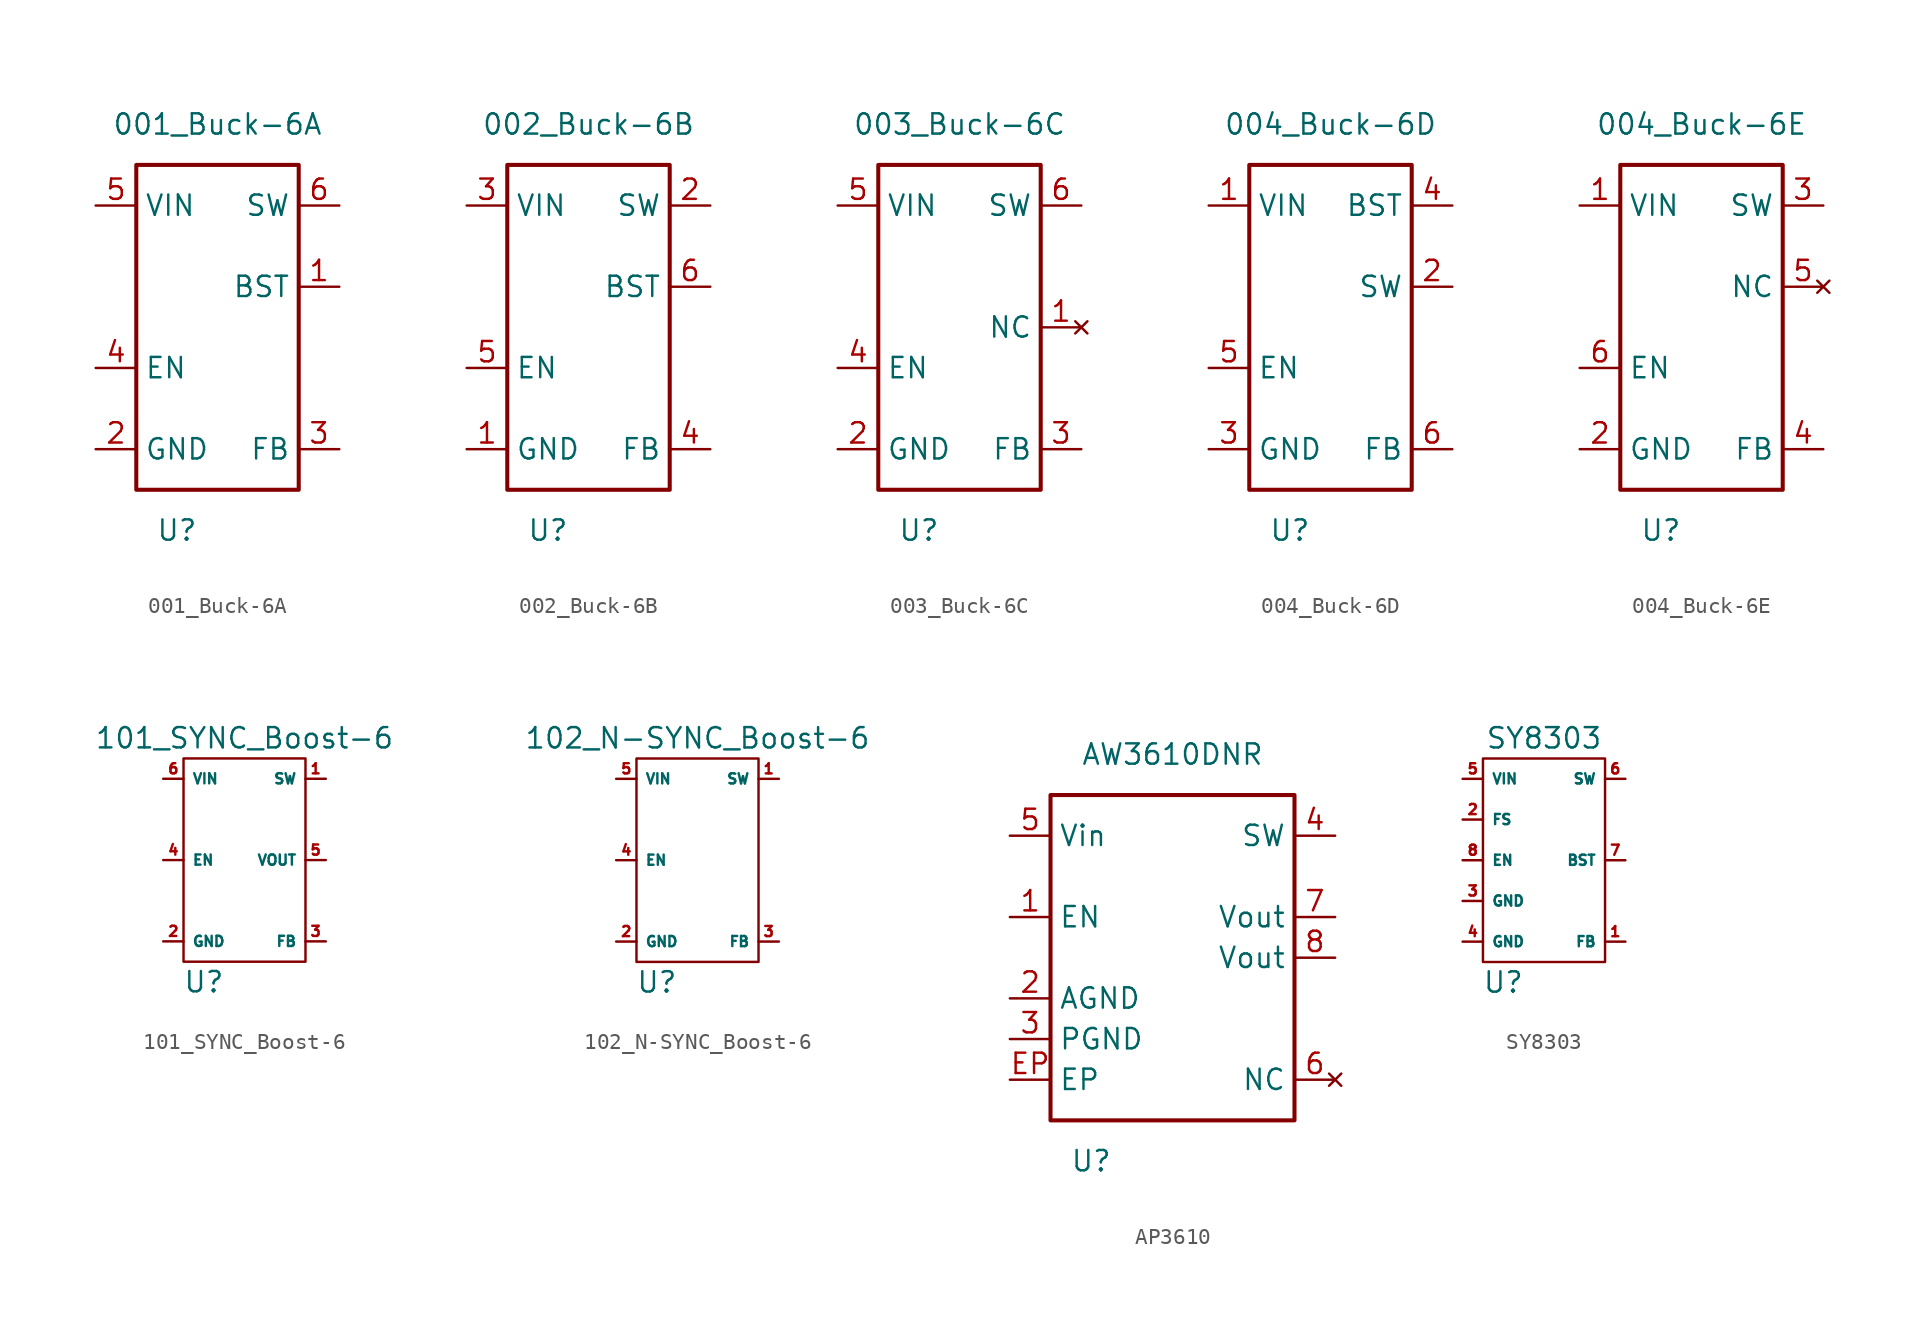
<source format=kicad_sym>
(kicad_symbol_lib
  (version 20220914)
  (generator kicad_symbol_editor)
  (symbol "001_Buck-6A"
    (property "Reference" "U"
      (at -2.54 -12.7 0)
      (effects (font (size 1.27 1.27))))
    (property "Value" "001_Buck-6A"
      (at 0 12.7 0)
      (effects (font (size 1.27 1.27))))
    (symbol "001_Buck-6A_0_1"
      (rectangle (start -5.08 10.16) (end 5.08 -10.16) (stroke (width 0.254) (type default)) (fill (type none))))
    (symbol "001_Buck-6A_1_1"
      (pin passive line (at 7.62 2.54 180) (length 2.54) (name "BST" (effects (font (size 1.27 1.27)))) (number "1" (effects (font (size 1.27 1.27)))))
      (pin power_in line (at -7.62 -7.62 0) (length 2.54) (name "GND" (effects (font (size 1.27 1.27)))) (number "2" (effects (font (size 1.27 1.27)))))
      (pin input line (at 7.62 -7.62 180) (length 2.54) (name "FB" (effects (font (size 1.27 1.27)))) (number "3" (effects (font (size 1.27 1.27)))))
      (pin input line (at -7.62 -2.54 0) (length 2.54) (name "EN" (effects (font (size 1.27 1.27)))) (number "4" (effects (font (size 1.27 1.27)))))
      (pin power_in line (at -7.62 7.62 0) (length 2.54) (name "VIN" (effects (font (size 1.27 1.27)))) (number "5" (effects (font (size 1.27 1.27)))))
      (pin power_out line (at 7.62 7.62 180) (length 2.54) (name "SW" (effects (font (size 1.27 1.27)))) (number "6" (effects (font (size 1.27 1.27)))))))
  (symbol "002_Buck-6B"
    (property "Reference" "U"
      (at -2.54 -12.7 0)
      (effects (font (size 1.27 1.27))))
    (property "Value" "002_Buck-6B"
      (at 0 12.7 0)
      (effects (font (size 1.27 1.27))))
    (symbol "002_Buck-6B_0_1"
      (rectangle (start -5.08 10.16) (end 5.08 -10.16) (stroke (width 0.254) (type default)) (fill (type none))))
    (symbol "002_Buck-6B_1_1"
      (pin power_in line (at -7.62 -7.62 0) (length 2.54) (name "GND" (effects (font (size 1.27 1.27)))) (number "1" (effects (font (size 1.27 1.27)))))
      (pin power_out line (at 7.62 7.62 180) (length 2.54) (name "SW" (effects (font (size 1.27 1.27)))) (number "2" (effects (font (size 1.27 1.27)))))
      (pin power_in line (at -7.62 7.62 0) (length 2.54) (name "VIN" (effects (font (size 1.27 1.27)))) (number "3" (effects (font (size 1.27 1.27)))))
      (pin input line (at 7.62 -7.62 180) (length 2.54) (name "FB" (effects (font (size 1.27 1.27)))) (number "4" (effects (font (size 1.27 1.27)))))
      (pin input line (at -7.62 -2.54 0) (length 2.54) (name "EN" (effects (font (size 1.27 1.27)))) (number "5" (effects (font (size 1.27 1.27)))))
      (pin power_in line (at 7.62 2.54 180) (length 2.54) (name "BST" (effects (font (size 1.27 1.27)))) (number "6" (effects (font (size 1.27 1.27)))))))
  (symbol "003_Buck-6C"
    (property "Reference" "U"
      (at -2.54 -12.7 0)
      (effects (font (size 1.27 1.27))))
    (property "Value" "003_Buck-6C"
      (at 0 12.7 0)
      (effects (font (size 1.27 1.27))))
    (symbol "003_Buck-6C_0_1"
      (rectangle (start -5.08 10.16) (end 5.08 -10.16) (stroke (width 0.254) (type default)) (fill (type none))))
    (symbol "003_Buck-6C_1_1"
      (pin no_connect line (at 7.62 0 180) (length 2.54) (name "NC" (effects (font (size 1.27 1.27)))) (number "1" (effects (font (size 1.27 1.27)))))
      (pin power_in line (at -7.62 -7.62 0) (length 2.54) (name "GND" (effects (font (size 1.27 1.27)))) (number "2" (effects (font (size 1.27 1.27)))))
      (pin input line (at 7.62 -7.62 180) (length 2.54) (name "FB" (effects (font (size 1.27 1.27)))) (number "3" (effects (font (size 1.27 1.27)))))
      (pin input line (at -7.62 -2.54 0) (length 2.54) (name "EN" (effects (font (size 1.27 1.27)))) (number "4" (effects (font (size 1.27 1.27)))))
      (pin power_in line (at -7.62 7.62 0) (length 2.54) (name "VIN" (effects (font (size 1.27 1.27)))) (number "5" (effects (font (size 1.27 1.27)))))
      (pin power_out line (at 7.62 7.62 180) (length 2.54) (name "SW" (effects (font (size 1.27 1.27)))) (number "6" (effects (font (size 1.27 1.27)))))))
  (symbol "004_Buck-6D"
    (property "Reference" "U"
      (at -2.54 -12.7 0)
      (effects (font (size 1.27 1.27))))
    (property "Value" "004_Buck-6D"
      (at 0 12.7 0)
      (effects (font (size 1.27 1.27))))
    (symbol "004_Buck-6D_0_1"
      (rectangle (start -5.08 10.16) (end 5.08 -10.16) (stroke (width 0.254) (type default)) (fill (type none))))
    (symbol "004_Buck-6D_1_1"
      (pin power_in line (at -7.62 7.62 0) (length 2.54) (name "VIN" (effects (font (size 1.27 1.27)))) (number "1" (effects (font (size 1.27 1.27)))))
      (pin power_out line (at 7.62 2.54 180) (length 2.54) (name "SW" (effects (font (size 1.27 1.27)))) (number "2" (effects (font (size 1.27 1.27)))))
      (pin power_in line (at -7.62 -7.62 0) (length 2.54) (name "GND" (effects (font (size 1.27 1.27)))) (number "3" (effects (font (size 1.27 1.27)))))
      (pin passive line (at 7.62 7.62 180) (length 2.54) (name "BST" (effects (font (size 1.27 1.27)))) (number "4" (effects (font (size 1.27 1.27)))))
      (pin input line (at -7.62 -2.54 0) (length 2.54) (name "EN" (effects (font (size 1.27 1.27)))) (number "5" (effects (font (size 1.27 1.27)))))
      (pin input line (at 7.62 -7.62 180) (length 2.54) (name "FB" (effects (font (size 1.27 1.27)))) (number "6" (effects (font (size 1.27 1.27)))))))
  (symbol "004_Buck-6E"
    (property "Reference" "U"
      (at -2.54 -12.7 0)
      (effects (font (size 1.27 1.27))))
    (property "Value" "004_Buck-6E"
      (at 0 12.7 0)
      (effects (font (size 1.27 1.27))))
    (symbol "004_Buck-6E_0_1"
      (rectangle (start -5.08 10.16) (end 5.08 -10.16) (stroke (width 0.254) (type default)) (fill (type none))))
    (symbol "004_Buck-6E_1_1"
      (pin power_in line (at -7.62 7.62 0) (length 2.54) (name "VIN" (effects (font (size 1.27 1.27)))) (number "1" (effects (font (size 1.27 1.27)))))
      (pin power_in line (at -7.62 -7.62 0) (length 2.54) (name "GND" (effects (font (size 1.27 1.27)))) (number "2" (effects (font (size 1.27 1.27)))))
      (pin power_out line (at 7.62 7.62 180) (length 2.54) (name "SW" (effects (font (size 1.27 1.27)))) (number "3" (effects (font (size 1.27 1.27)))))
      (pin input line (at 7.62 -7.62 180) (length 2.54) (name "FB" (effects (font (size 1.27 1.27)))) (number "4" (effects (font (size 1.27 1.27)))))
      (pin no_connect line (at 7.62 2.54 180) (length 2.54) (name "NC" (effects (font (size 1.27 1.27)))) (number "5" (effects (font (size 1.27 1.27)))))
      (pin input line (at -7.62 -2.54 0) (length 2.54) (name "EN" (effects (font (size 1.27 1.27)))) (number "6" (effects (font (size 1.27 1.27)))))))
  (symbol "101_SYNC_Boost-6"
    (property "Reference" "U"
      (at -2.54 -7.62 0)
      (effects (font (size 1.27 1.27))))
    (property "Value" "101_SYNC_Boost-6"
      (at 0 7.62 0)
      (effects (font (size 1.27 1.27))))
    (symbol "101_SYNC_Boost-6_0_1"
      (rectangle (start -3.81 6.35) (end 3.81 -6.35) (stroke (width 0) (type default)) (fill (type none))))
    (symbol "101_SYNC_Boost-6_1_1"
      (pin power_in line (at 5.08 5.08 180) (length 1.27) (name "SW" (effects (font (size 0.635 0.635)))) (number "1" (effects (font (size 0.635 0.635)))))
      (pin power_in line (at -5.08 -5.08 0) (length 1.27) (name "GND" (effects (font (size 0.635 0.635)))) (number "2" (effects (font (size 0.635 0.635)))))
      (pin input line (at 5.08 -5.08 180) (length 1.27) (name "FB" (effects (font (size 0.635 0.635)))) (number "3" (effects (font (size 0.635 0.635)))))
      (pin input line (at -5.08 0 0) (length 1.27) (name "EN" (effects (font (size 0.635 0.635)))) (number "4" (effects (font (size 0.635 0.635)))))
      (pin power_out line (at 5.08 0 180) (length 1.27) (name "VOUT" (effects (font (size 0.635 0.635)))) (number "5" (effects (font (size 0.635 0.635)))))
      (pin power_in line (at -5.08 5.08 0) (length 1.27) (name "VIN" (effects (font (size 0.635 0.635)))) (number "6" (effects (font (size 0.635 0.635)))))))
  (symbol "102_N-SYNC_Boost-6"
    (property "Reference" "U"
      (at -2.54 -7.62 0)
      (effects (font (size 1.27 1.27))))
    (property "Value" "102_N-SYNC_Boost-6"
      (at 0 7.62 0)
      (effects (font (size 1.27 1.27))))
    (symbol "102_N-SYNC_Boost-6_0_1"
      (rectangle (start -3.81 6.35) (end 3.81 -6.35) (stroke (width 0) (type default)) (fill (type none))))
    (symbol "102_N-SYNC_Boost-6_1_1"
      (pin power_out line (at 5.08 5.08 180) (length 1.27) (name "SW" (effects (font (size 0.635 0.635)))) (number "1" (effects (font (size 0.635 0.635)))))
      (pin power_in line (at -5.08 -5.08 0) (length 1.27) (name "GND" (effects (font (size 0.635 0.635)))) (number "2" (effects (font (size 0.635 0.635)))))
      (pin input line (at 5.08 -5.08 180) (length 1.27) (name "FB" (effects (font (size 0.635 0.635)))) (number "3" (effects (font (size 0.635 0.635)))))
      (pin input line (at -5.08 0 0) (length 1.27) (name "EN" (effects (font (size 0.635 0.635)))) (number "4" (effects (font (size 0.635 0.635)))))
      (pin power_in line (at -5.08 5.08 0) (length 1.27) (name "VIN" (effects (font (size 0.635 0.635)))) (number "5" (effects (font (size 0.635 0.635)))))
      (pin no_connect line (at 5.08 0 180) (length 1.27) hide (name "NC" (effects (font (size 0.635 0.635)))) (number "6" (effects (font (size 0.635 0.635)))))))
  (symbol "AP3610"
    (property "Reference" "U"
      (at -5.08 -12.7 0)
      (effects (font (size 1.27 1.27))))
    (property "Value" "AW3610DNR"
      (at 0 12.7 0)
      (effects (font (size 1.27 1.27))))
    (symbol "AP3610_1_1"
      (rectangle (start -7.62 10.16) (end 7.62 -10.16) (stroke (width 0.254) (type default)) (fill (type none)))
      (pin input line (at -10.16 2.54 0) (length 2.54) (name "EN" (effects (font (size 1.27 1.27)))) (number "1" (effects (font (size 1.27 1.27)))))
      (pin power_in line (at -10.16 -2.54 0) (length 2.54) (name "AGND" (effects (font (size 1.27 1.27)))) (number "2" (effects (font (size 1.27 1.27)))))
      (pin power_in line (at -10.16 -5.08 0) (length 2.54) (name "PGND" (effects (font (size 1.27 1.27)))) (number "3" (effects (font (size 1.27 1.27)))))
      (pin passive line (at 10.16 7.62 180) (length 2.54) (name "SW" (effects (font (size 1.27 1.27)))) (number "4" (effects (font (size 1.27 1.27)))))
      (pin power_in line (at -10.16 7.62 0) (length 2.54) (name "Vin" (effects (font (size 1.27 1.27)))) (number "5" (effects (font (size 1.27 1.27)))))
      (pin no_connect line (at 10.16 -7.62 180) (length 2.54) (name "NC" (effects (font (size 1.27 1.27)))) (number "6" (effects (font (size 1.27 1.27)))))
      (pin power_out line (at 10.16 2.54 180) (length 2.54) (name "Vout" (effects (font (size 1.27 1.27)))) (number "7" (effects (font (size 1.27 1.27)))))
      (pin power_out line (at 10.16 0 180) (length 2.54) (name "Vout" (effects (font (size 1.27 1.27)))) (number "8" (effects (font (size 1.27 1.27)))))
      (pin passive line (at -10.16 -7.62 0) (length 2.54) (name "EP" (effects (font (size 1.27 1.27)))) (number "EP" (effects (font (size 1.27 1.27)))))))
  (symbol "SY8303"
    (property "Reference" "U"
      (at -2.54 -7.62 0)
      (effects (font (size 1.27 1.27))))
    (property "Value" "SY8303"
      (at 0 7.62 0)
      (effects (font (size 1.27 1.27))))
    (symbol "SY8303_0_1"
      (rectangle (start -3.81 6.35) (end 3.81 -6.35) (stroke (width 0) (type default)) (fill (type none))))
    (symbol "SY8303_1_1"
      (pin input line (at 5.08 -5.08 180) (length 1.27) (name "FB" (effects (font (size 0.635 0.635)))) (number "1" (effects (font (size 0.635 0.635)))))
      (pin input line (at -5.08 2.54 0) (length 1.27) (name "FS" (effects (font (size 0.635 0.635)))) (number "2" (effects (font (size 0.635 0.635)))))
      (pin power_in line (at -5.08 -2.54 0) (length 1.27) (name "GND" (effects (font (size 0.635 0.635)))) (number "3" (effects (font (size 0.635 0.635)))))
      (pin power_in line (at -5.08 -5.08 0) (length 1.27) (name "GND" (effects (font (size 0.635 0.635)))) (number "4" (effects (font (size 0.635 0.635)))))
      (pin power_in line (at -5.08 5.08 0) (length 1.27) (name "VIN" (effects (font (size 0.635 0.635)))) (number "5" (effects (font (size 0.635 0.635)))))
      (pin power_out line (at 5.08 5.08 180) (length 1.27) (name "SW" (effects (font (size 0.635 0.635)))) (number "6" (effects (font (size 0.635 0.635)))))
      (pin power_in line (at 5.08 0 180) (length 1.27) (name "BST" (effects (font (size 0.635 0.635)))) (number "7" (effects (font (size 0.635 0.635)))))
      (pin input line (at -5.08 0 0) (length 1.27) (name "EN" (effects (font (size 0.635 0.635)))) (number "8" (effects (font (size 0.635 0.635))))))))
</source>
